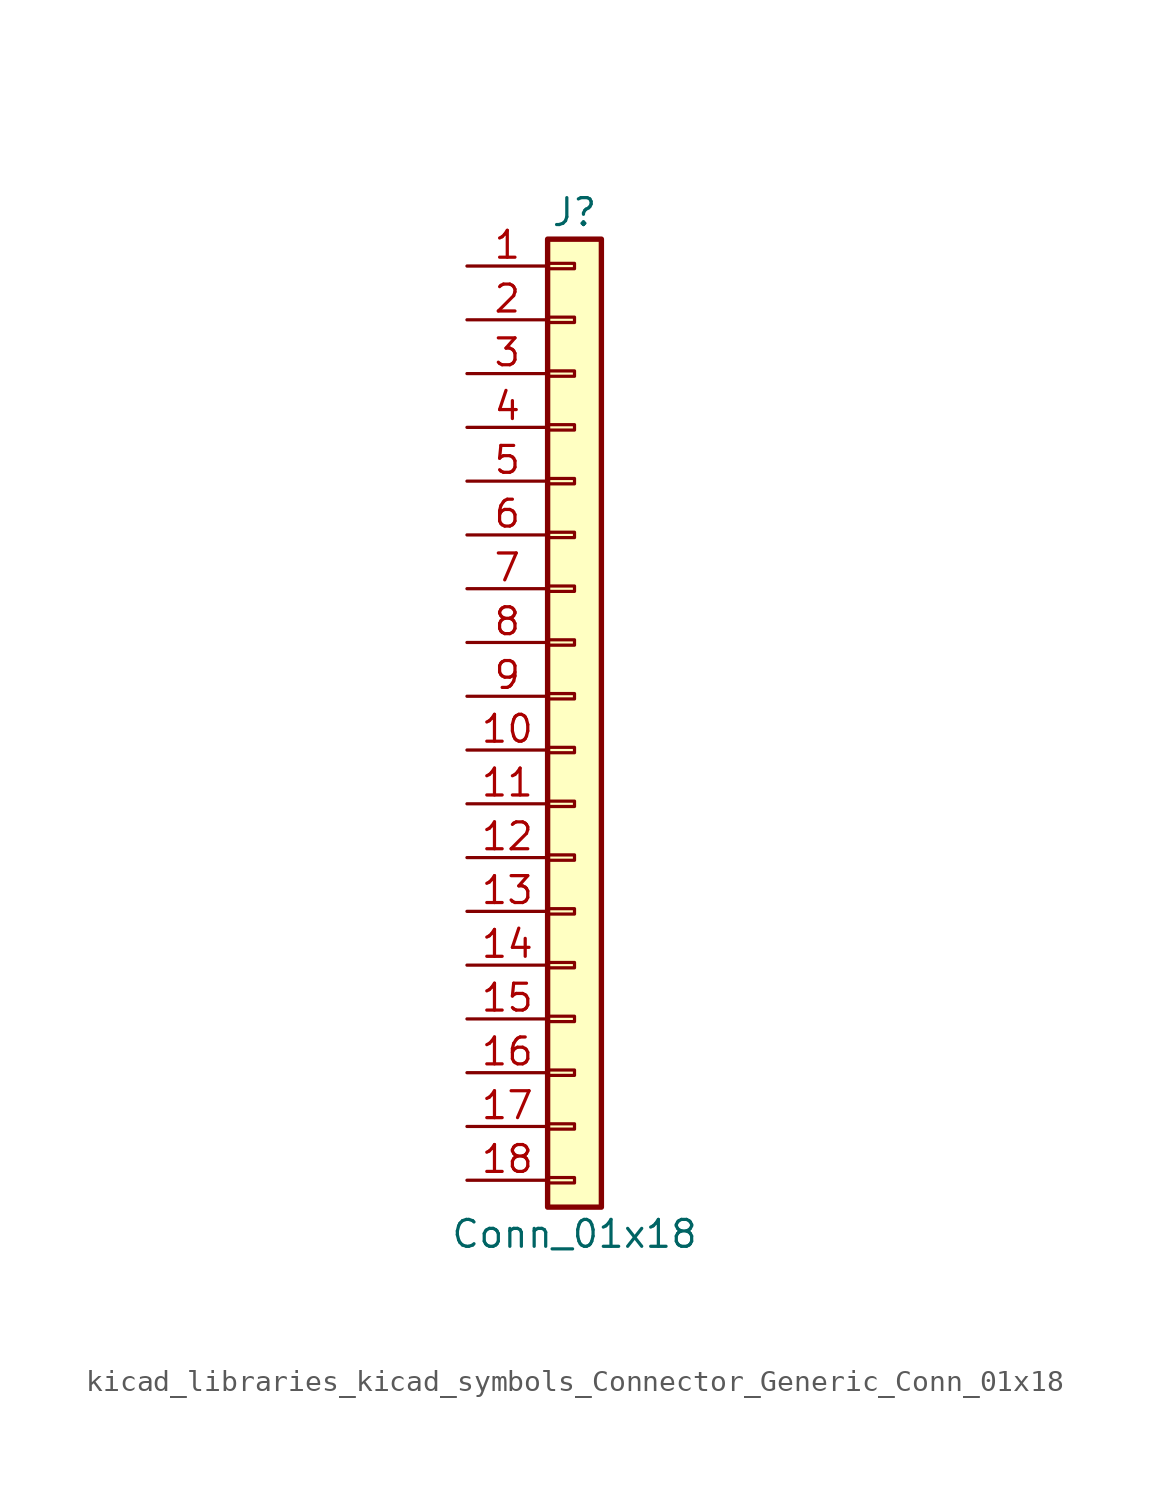
<source format=kicad_sym>
(kicad_symbol_lib
  (version 20220914)
  (generator kicad_symbol_editor)
  (symbol "kicad_libraries_kicad_symbols_Connector_Generic_Conn_01x18"
    (pin_names
      (offset 1.016) hide)
    (property "Reference" "J"
      (at 0 22.86 0)
      (effects (font (size 1.27 1.27))))
    (property "Value" "Conn_01x18"
      (at 0 -25.4 0)
      (effects (font (size 1.27 1.27))))
    (symbol "kicad_libraries_kicad_symbols_Connector_Generic_Conn_01x18_1_1"
      (rectangle (start -1.27 -22.733) (end 0 -22.987) (stroke (width 0.152) (type default)) (fill (type none)))
      (rectangle (start -1.27 -20.193) (end 0 -20.447) (stroke (width 0.152) (type default)) (fill (type none)))
      (rectangle (start -1.27 -17.653) (end 0 -17.907) (stroke (width 0.152) (type default)) (fill (type none)))
      (rectangle (start -1.27 -15.113) (end 0 -15.367) (stroke (width 0.152) (type default)) (fill (type none)))
      (rectangle (start -1.27 -12.573) (end 0 -12.827) (stroke (width 0.152) (type default)) (fill (type none)))
      (rectangle (start -1.27 -10.033) (end 0 -10.287) (stroke (width 0.152) (type default)) (fill (type none)))
      (rectangle (start -1.27 -7.493) (end 0 -7.747) (stroke (width 0.152) (type default)) (fill (type none)))
      (rectangle (start -1.27 -4.953) (end 0 -5.207) (stroke (width 0.152) (type default)) (fill (type none)))
      (rectangle (start -1.27 -2.413) (end 0 -2.667) (stroke (width 0.152) (type default)) (fill (type none)))
      (rectangle (start -1.27 0.127) (end 0 -0.127) (stroke (width 0.152) (type default)) (fill (type none)))
      (rectangle (start -1.27 2.667) (end 0 2.413) (stroke (width 0.152) (type default)) (fill (type none)))
      (rectangle (start -1.27 5.207) (end 0 4.953) (stroke (width 0.152) (type default)) (fill (type none)))
      (rectangle (start -1.27 7.747) (end 0 7.493) (stroke (width 0.152) (type default)) (fill (type none)))
      (rectangle (start -1.27 10.287) (end 0 10.033) (stroke (width 0.152) (type default)) (fill (type none)))
      (rectangle (start -1.27 12.827) (end 0 12.573) (stroke (width 0.152) (type default)) (fill (type none)))
      (rectangle (start -1.27 15.367) (end 0 15.113) (stroke (width 0.152) (type default)) (fill (type none)))
      (rectangle (start -1.27 17.907) (end 0 17.653) (stroke (width 0.152) (type default)) (fill (type none)))
      (rectangle (start -1.27 20.447) (end 0 20.193) (stroke (width 0.152) (type default)) (fill (type none)))
      (rectangle (start -1.27 21.59) (end 1.27 -24.13) (stroke (width 0.254) (type default)) (fill (type background)))
      (pin passive line (at -5.08 20.32 0) (length 3.81) (name "Pin_1" (effects (font (size 1.27 1.27)))) (number "1" (effects (font (size 1.27 1.27)))))
      (pin passive line (at -5.08 -2.54 0) (length 3.81) (name "Pin_10" (effects (font (size 1.27 1.27)))) (number "10" (effects (font (size 1.27 1.27)))))
      (pin passive line (at -5.08 -5.08 0) (length 3.81) (name "Pin_11" (effects (font (size 1.27 1.27)))) (number "11" (effects (font (size 1.27 1.27)))))
      (pin passive line (at -5.08 -7.62 0) (length 3.81) (name "Pin_12" (effects (font (size 1.27 1.27)))) (number "12" (effects (font (size 1.27 1.27)))))
      (pin passive line (at -5.08 -10.16 0) (length 3.81) (name "Pin_13" (effects (font (size 1.27 1.27)))) (number "13" (effects (font (size 1.27 1.27)))))
      (pin passive line (at -5.08 -12.7 0) (length 3.81) (name "Pin_14" (effects (font (size 1.27 1.27)))) (number "14" (effects (font (size 1.27 1.27)))))
      (pin passive line (at -5.08 -15.24 0) (length 3.81) (name "Pin_15" (effects (font (size 1.27 1.27)))) (number "15" (effects (font (size 1.27 1.27)))))
      (pin passive line (at -5.08 -17.78 0) (length 3.81) (name "Pin_16" (effects (font (size 1.27 1.27)))) (number "16" (effects (font (size 1.27 1.27)))))
      (pin passive line (at -5.08 -20.32 0) (length 3.81) (name "Pin_17" (effects (font (size 1.27 1.27)))) (number "17" (effects (font (size 1.27 1.27)))))
      (pin passive line (at -5.08 -22.86 0) (length 3.81) (name "Pin_18" (effects (font (size 1.27 1.27)))) (number "18" (effects (font (size 1.27 1.27)))))
      (pin passive line (at -5.08 17.78 0) (length 3.81) (name "Pin_2" (effects (font (size 1.27 1.27)))) (number "2" (effects (font (size 1.27 1.27)))))
      (pin passive line (at -5.08 15.24 0) (length 3.81) (name "Pin_3" (effects (font (size 1.27 1.27)))) (number "3" (effects (font (size 1.27 1.27)))))
      (pin passive line (at -5.08 12.7 0) (length 3.81) (name "Pin_4" (effects (font (size 1.27 1.27)))) (number "4" (effects (font (size 1.27 1.27)))))
      (pin passive line (at -5.08 10.16 0) (length 3.81) (name "Pin_5" (effects (font (size 1.27 1.27)))) (number "5" (effects (font (size 1.27 1.27)))))
      (pin passive line (at -5.08 7.62 0) (length 3.81) (name "Pin_6" (effects (font (size 1.27 1.27)))) (number "6" (effects (font (size 1.27 1.27)))))
      (pin passive line (at -5.08 5.08 0) (length 3.81) (name "Pin_7" (effects (font (size 1.27 1.27)))) (number "7" (effects (font (size 1.27 1.27)))))
      (pin passive line (at -5.08 2.54 0) (length 3.81) (name "Pin_8" (effects (font (size 1.27 1.27)))) (number "8" (effects (font (size 1.27 1.27)))))
      (pin passive line (at -5.08 0 0) (length 3.81) (name "Pin_9" (effects (font (size 1.27 1.27)))) (number "9" (effects (font (size 1.27 1.27))))))))
</source>
